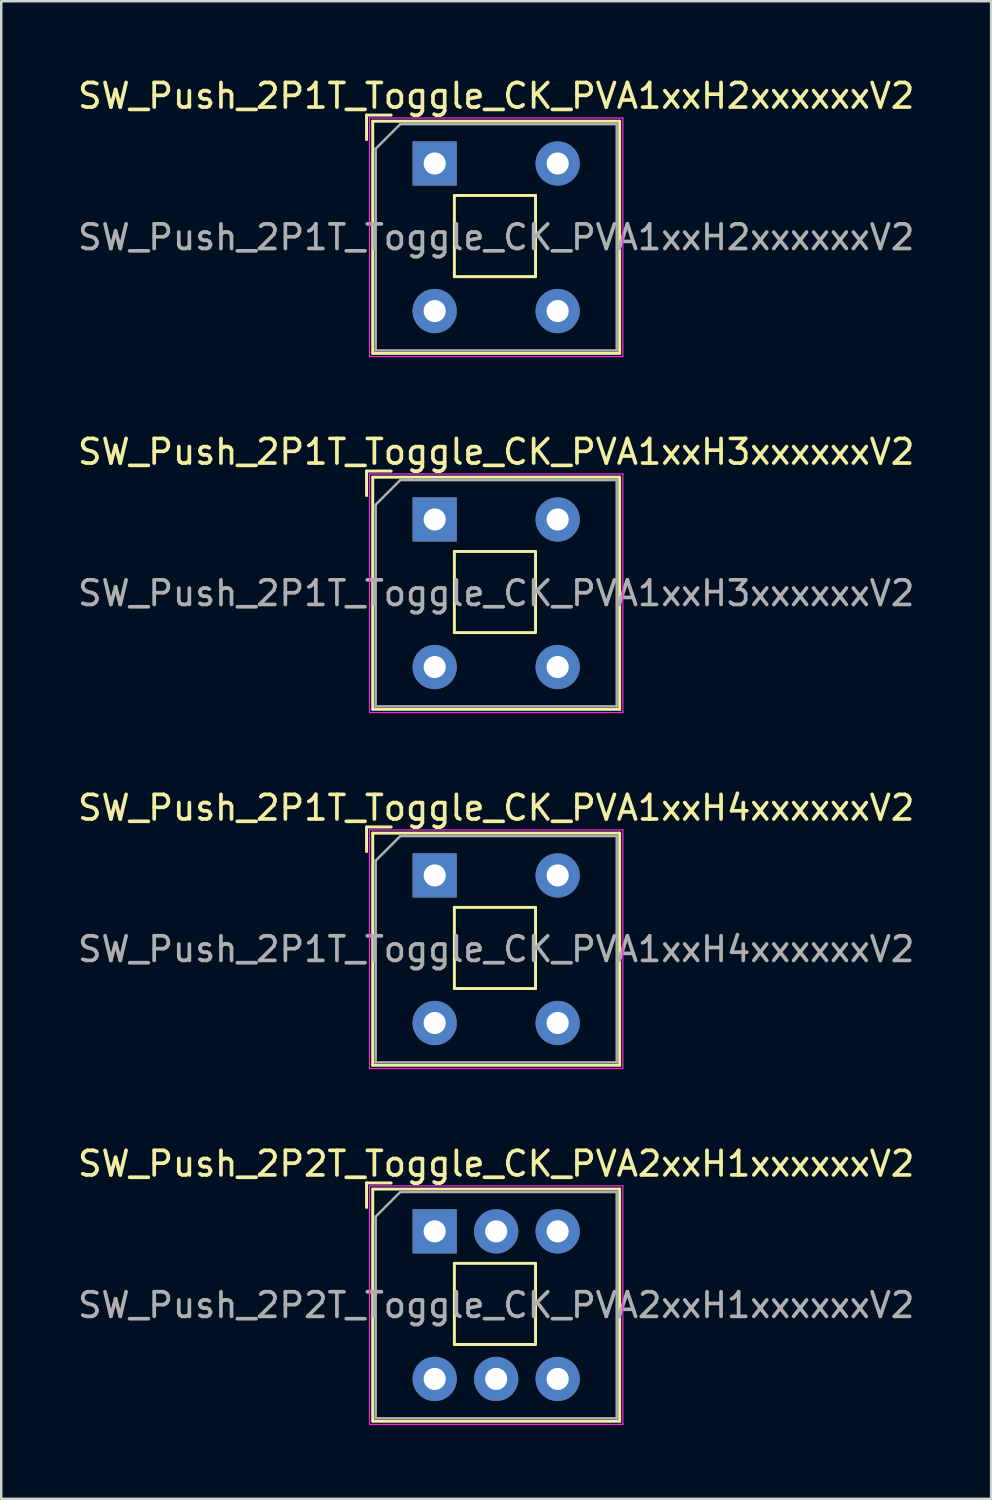
<source format=kicad_pcb>
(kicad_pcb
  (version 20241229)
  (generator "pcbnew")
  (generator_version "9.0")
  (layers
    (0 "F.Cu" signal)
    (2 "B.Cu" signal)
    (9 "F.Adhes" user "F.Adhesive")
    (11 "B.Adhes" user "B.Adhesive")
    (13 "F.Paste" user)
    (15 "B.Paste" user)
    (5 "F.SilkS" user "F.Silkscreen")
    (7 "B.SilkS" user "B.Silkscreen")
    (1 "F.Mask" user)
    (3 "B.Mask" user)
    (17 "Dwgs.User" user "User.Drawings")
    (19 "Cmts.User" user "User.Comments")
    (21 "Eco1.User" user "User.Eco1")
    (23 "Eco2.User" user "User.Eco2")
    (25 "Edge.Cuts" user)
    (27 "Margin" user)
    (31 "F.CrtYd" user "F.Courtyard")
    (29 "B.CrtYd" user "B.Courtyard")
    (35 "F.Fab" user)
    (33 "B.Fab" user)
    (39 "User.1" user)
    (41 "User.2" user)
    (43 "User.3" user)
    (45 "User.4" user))
  (footprint "SW_Push_2P1T_Toggle_CK_PVA1xxH2xxxxxxV2"
    (layer "F.Cu")
    (at 14.625 3.598)
    (property "Reference" "SW_Push_2P1T_Toggle_CK_PVA1xxH2xxxxxxV2" (at 2.5 -2.75 0) (layer "F.SilkS") (effects (font (size 1 1) (thickness 0.15))))
    (attr through_hole)
    (fp_line (start -2.77 -0.97) (end -2.77 -1.97) (stroke (width 0.12) (type solid)) (layer "F.SilkS"))
    (fp_line (start -2.52 7.72) (end -2.52 -1.72) (stroke (width 0.12) (type solid)) (layer "F.SilkS"))
    (fp_line (start -1.77 -1.97) (end -2.77 -1.97) (stroke (width 0.12) (type solid)) (layer "F.SilkS"))
    (fp_line (start 0.8 1.3) (end 0.8 4.6) (stroke (width 0.12) (type solid)) (layer "F.SilkS"))
    (fp_line (start 4.1 1.3) (end 0.8 1.3) (stroke (width 0.12) (type solid)) (layer "F.SilkS"))
    (fp_line (start 4.1 1.3) (end 4.1 4.6) (stroke (width 0.12) (type solid)) (layer "F.SilkS"))
    (fp_line (start 4.1 4.6) (end 0.8 4.6) (stroke (width 0.12) (type solid)) (layer "F.SilkS"))
    (fp_line (start 7.52 -1.72) (end -2.52 -1.72) (stroke (width 0.12) (type solid)) (layer "F.SilkS"))
    (fp_line (start 7.52 7.72) (end -2.52 7.72) (stroke (width 0.12) (type solid)) (layer "F.SilkS"))
    (fp_line (start 7.52 7.72) (end 7.52 -1.72) (stroke (width 0.12) (type solid)) (layer "F.SilkS"))
    (fp_line (start -2.65 -1.85) (end 7.65 -1.85) (stroke (width 0.05) (type solid)) (layer "F.CrtYd"))
    (fp_line (start -2.65 7.85) (end -2.65 -1.85) (stroke (width 0.05) (type solid)) (layer "F.CrtYd"))
    (fp_line (start -2.65 7.85) (end 7.65 7.85) (stroke (width 0.05) (type solid)) (layer "F.CrtYd"))
    (fp_line (start 7.65 -1.85) (end 7.65 7.85) (stroke (width 0.05) (type solid)) (layer "F.CrtYd"))
    (fp_line (start -2.4 -0.6) (end -1.4 -1.6) (stroke (width 0.1) (type solid)) (layer "F.Fab"))
    (fp_line (start -2.4 7.6) (end -2.4 -0.6) (stroke (width 0.1) (type solid)) (layer "F.Fab"))
    (fp_line (start -1.4 -1.6) (end 7.4 -1.6) (stroke (width 0.1) (type solid)) (layer "F.Fab"))
    (fp_line (start 7.4 -1.6) (end 7.4 7.6) (stroke (width 0.1) (type solid)) (layer "F.Fab"))
    (fp_line (start 7.4 7.6) (end -2.4 7.6) (stroke (width 0.1) (type solid)) (layer "F.Fab"))
    (fp_text user "${REFERENCE}" (at 2.5 3 0) (layer "F.Fab") (effects (font (size 1 1) (thickness 0.15))))
    (pad "1" thru_hole rect (at 0 0) (size 1.8 1.8) (drill 0.9) (layers "*.Cu" "*.Mask"))
    (pad "2" thru_hole circle (at 5 0) (size 1.8 1.8) (drill 0.9) (layers "*.Cu" "*.Mask"))
    (pad "3" thru_hole circle (at 0 6) (size 1.8 1.8) (drill 0.9) (layers "*.Cu" "*.Mask"))
    (pad "4" thru_hole circle (at 5 6) (size 1.8 1.8) (drill 0.9) (layers "*.Cu" "*.Mask")))
  (footprint "SW_Push_2P1T_Toggle_CK_PVA1xxH3xxxxxxV2"
    (layer "F.Cu")
    (at 14.625 18.072)
    (property "Reference" "SW_Push_2P1T_Toggle_CK_PVA1xxH3xxxxxxV2" (at 2.5 -2.75 0) (layer "F.SilkS") (effects (font (size 1 1) (thickness 0.15))))
    (attr through_hole)
    (fp_line (start -2.77 -0.97) (end -2.77 -1.97) (stroke (width 0.12) (type solid)) (layer "F.SilkS"))
    (fp_line (start -2.52 7.72) (end -2.52 -1.72) (stroke (width 0.12) (type solid)) (layer "F.SilkS"))
    (fp_line (start -1.77 -1.97) (end -2.77 -1.97) (stroke (width 0.12) (type solid)) (layer "F.SilkS"))
    (fp_line (start 0.8 1.3) (end 0.8 4.6) (stroke (width 0.12) (type solid)) (layer "F.SilkS"))
    (fp_line (start 4.1 1.3) (end 0.8 1.3) (stroke (width 0.12) (type solid)) (layer "F.SilkS"))
    (fp_line (start 4.1 1.3) (end 4.1 4.6) (stroke (width 0.12) (type solid)) (layer "F.SilkS"))
    (fp_line (start 4.1 4.6) (end 0.8 4.6) (stroke (width 0.12) (type solid)) (layer "F.SilkS"))
    (fp_line (start 7.52 -1.72) (end -2.52 -1.72) (stroke (width 0.12) (type solid)) (layer "F.SilkS"))
    (fp_line (start 7.52 7.72) (end -2.52 7.72) (stroke (width 0.12) (type solid)) (layer "F.SilkS"))
    (fp_line (start 7.52 7.72) (end 7.52 -1.72) (stroke (width 0.12) (type solid)) (layer "F.SilkS"))
    (fp_line (start -2.65 -1.85) (end 7.65 -1.85) (stroke (width 0.05) (type solid)) (layer "F.CrtYd"))
    (fp_line (start -2.65 7.85) (end -2.65 -1.85) (stroke (width 0.05) (type solid)) (layer "F.CrtYd"))
    (fp_line (start -2.65 7.85) (end 7.65 7.85) (stroke (width 0.05) (type solid)) (layer "F.CrtYd"))
    (fp_line (start 7.65 -1.85) (end 7.65 7.85) (stroke (width 0.05) (type solid)) (layer "F.CrtYd"))
    (fp_line (start -2.4 -0.6) (end -1.4 -1.6) (stroke (width 0.1) (type solid)) (layer "F.Fab"))
    (fp_line (start -2.4 7.6) (end -2.4 -0.6) (stroke (width 0.1) (type solid)) (layer "F.Fab"))
    (fp_line (start -1.4 -1.6) (end 7.4 -1.6) (stroke (width 0.1) (type solid)) (layer "F.Fab"))
    (fp_line (start 7.4 -1.6) (end 7.4 7.6) (stroke (width 0.1) (type solid)) (layer "F.Fab"))
    (fp_line (start 7.4 7.6) (end -2.4 7.6) (stroke (width 0.1) (type solid)) (layer "F.Fab"))
    (fp_text user "${REFERENCE}" (at 2.5 3 0) (layer "F.Fab") (effects (font (size 1 1) (thickness 0.15))))
    (pad "1" thru_hole rect (at 0 0) (size 1.8 1.8) (drill 0.9) (layers "*.Cu" "*.Mask"))
    (pad "2" thru_hole circle (at 5 0) (size 1.8 1.8) (drill 0.9) (layers "*.Cu" "*.Mask"))
    (pad "3" thru_hole circle (at 0 6) (size 1.8 1.8) (drill 0.9) (layers "*.Cu" "*.Mask"))
    (pad "4" thru_hole circle (at 5 6) (size 1.8 1.8) (drill 0.9) (layers "*.Cu" "*.Mask")))
  (footprint "SW_Push_2P2T_Toggle_CK_PVA2xxH1xxxxxxV2"
    (layer "F.Cu")
    (at 14.625 47.018)
    (property "Reference" "SW_Push_2P2T_Toggle_CK_PVA2xxH1xxxxxxV2" (at 2.5 -2.75 0) (layer "F.SilkS") (effects (font (size 1 1) (thickness 0.15))))
    (attr through_hole)
    (fp_line (start -2.77 -0.97) (end -2.77 -1.97) (stroke (width 0.12) (type solid)) (layer "F.SilkS"))
    (fp_line (start -2.52 7.72) (end -2.52 -1.72) (stroke (width 0.12) (type solid)) (layer "F.SilkS"))
    (fp_line (start -1.77 -1.97) (end -2.77 -1.97) (stroke (width 0.12) (type solid)) (layer "F.SilkS"))
    (fp_line (start 0.8 1.3) (end 0.8 4.6) (stroke (width 0.12) (type solid)) (layer "F.SilkS"))
    (fp_line (start 4.1 1.3) (end 0.8 1.3) (stroke (width 0.12) (type solid)) (layer "F.SilkS"))
    (fp_line (start 4.1 1.3) (end 4.1 4.6) (stroke (width 0.12) (type solid)) (layer "F.SilkS"))
    (fp_line (start 4.1 4.6) (end 0.8 4.6) (stroke (width 0.12) (type solid)) (layer "F.SilkS"))
    (fp_line (start 7.52 -1.72) (end -2.52 -1.72) (stroke (width 0.12) (type solid)) (layer "F.SilkS"))
    (fp_line (start 7.52 7.72) (end -2.52 7.72) (stroke (width 0.12) (type solid)) (layer "F.SilkS"))
    (fp_line (start 7.52 7.72) (end 7.52 -1.72) (stroke (width 0.12) (type solid)) (layer "F.SilkS"))
    (fp_line (start -2.65 -1.85) (end 7.65 -1.85) (stroke (width 0.05) (type solid)) (layer "F.CrtYd"))
    (fp_line (start -2.65 7.85) (end -2.65 -1.85) (stroke (width 0.05) (type solid)) (layer "F.CrtYd"))
    (fp_line (start -2.65 7.85) (end 7.65 7.85) (stroke (width 0.05) (type solid)) (layer "F.CrtYd"))
    (fp_line (start 7.65 -1.85) (end 7.65 7.85) (stroke (width 0.05) (type solid)) (layer "F.CrtYd"))
    (fp_line (start -2.4 -0.6) (end -1.4 -1.6) (stroke (width 0.1) (type solid)) (layer "F.Fab"))
    (fp_line (start -2.4 7.6) (end -2.4 -0.6) (stroke (width 0.1) (type solid)) (layer "F.Fab"))
    (fp_line (start -1.4 -1.6) (end 7.4 -1.6) (stroke (width 0.1) (type solid)) (layer "F.Fab"))
    (fp_line (start 7.4 -1.6) (end 7.4 7.6) (stroke (width 0.1) (type solid)) (layer "F.Fab"))
    (fp_line (start 7.4 7.6) (end -2.4 7.6) (stroke (width 0.1) (type solid)) (layer "F.Fab"))
    (fp_text user "${REFERENCE}" (at 2.5 3 0) (layer "F.Fab") (effects (font (size 1 1) (thickness 0.15))))
    (pad "1" thru_hole rect (at 0 0) (size 1.8 1.8) (drill 0.9) (layers "*.Cu" "*.Mask"))
    (pad "2" thru_hole circle (at 2.5 0) (size 1.8 1.8) (drill 0.9) (layers "*.Cu" "*.Mask"))
    (pad "3" thru_hole circle (at 5 0) (size 1.8 1.8) (drill 0.9) (layers "*.Cu" "*.Mask"))
    (pad "4" thru_hole circle (at 0 6) (size 1.8 1.8) (drill 0.9) (layers "*.Cu" "*.Mask"))
    (pad "5" thru_hole circle (at 2.5 6) (size 1.8 1.8) (drill 0.9) (layers "*.Cu" "*.Mask"))
    (pad "6" thru_hole circle (at 5 6) (size 1.8 1.8) (drill 0.9) (layers "*.Cu" "*.Mask")))
  (footprint "SW_Push_2P1T_Toggle_CK_PVA1xxH4xxxxxxV2"
    (layer "F.Cu")
    (at 14.625 32.545)
    (property "Reference" "SW_Push_2P1T_Toggle_CK_PVA1xxH4xxxxxxV2" (at 2.5 -2.75 0) (layer "F.SilkS") (effects (font (size 1 1) (thickness 0.15))))
    (attr through_hole)
    (fp_line (start -2.77 -0.97) (end -2.77 -1.97) (stroke (width 0.12) (type solid)) (layer "F.SilkS"))
    (fp_line (start -2.52 7.72) (end -2.52 -1.72) (stroke (width 0.12) (type solid)) (layer "F.SilkS"))
    (fp_line (start -1.77 -1.97) (end -2.77 -1.97) (stroke (width 0.12) (type solid)) (layer "F.SilkS"))
    (fp_line (start 0.8 1.3) (end 0.8 4.6) (stroke (width 0.12) (type solid)) (layer "F.SilkS"))
    (fp_line (start 4.1 1.3) (end 0.8 1.3) (stroke (width 0.12) (type solid)) (layer "F.SilkS"))
    (fp_line (start 4.1 1.3) (end 4.1 4.6) (stroke (width 0.12) (type solid)) (layer "F.SilkS"))
    (fp_line (start 4.1 4.6) (end 0.8 4.6) (stroke (width 0.12) (type solid)) (layer "F.SilkS"))
    (fp_line (start 7.52 -1.72) (end -2.52 -1.72) (stroke (width 0.12) (type solid)) (layer "F.SilkS"))
    (fp_line (start 7.52 7.72) (end -2.52 7.72) (stroke (width 0.12) (type solid)) (layer "F.SilkS"))
    (fp_line (start 7.52 7.72) (end 7.52 -1.72) (stroke (width 0.12) (type solid)) (layer "F.SilkS"))
    (fp_line (start -2.65 -1.85) (end 7.65 -1.85) (stroke (width 0.05) (type solid)) (layer "F.CrtYd"))
    (fp_line (start -2.65 7.85) (end -2.65 -1.85) (stroke (width 0.05) (type solid)) (layer "F.CrtYd"))
    (fp_line (start -2.65 7.85) (end 7.65 7.85) (stroke (width 0.05) (type solid)) (layer "F.CrtYd"))
    (fp_line (start 7.65 -1.85) (end 7.65 7.85) (stroke (width 0.05) (type solid)) (layer "F.CrtYd"))
    (fp_line (start -2.4 -0.6) (end -1.4 -1.6) (stroke (width 0.1) (type solid)) (layer "F.Fab"))
    (fp_line (start -2.4 7.6) (end -2.4 -0.6) (stroke (width 0.1) (type solid)) (layer "F.Fab"))
    (fp_line (start -1.4 -1.6) (end 7.4 -1.6) (stroke (width 0.1) (type solid)) (layer "F.Fab"))
    (fp_line (start 7.4 -1.6) (end 7.4 7.6) (stroke (width 0.1) (type solid)) (layer "F.Fab"))
    (fp_line (start 7.4 7.6) (end -2.4 7.6) (stroke (width 0.1) (type solid)) (layer "F.Fab"))
    (fp_text user "${REFERENCE}" (at 2.5 3 0) (layer "F.Fab") (effects (font (size 1 1) (thickness 0.15))))
    (pad "1" thru_hole rect (at 0 0) (size 1.8 1.8) (drill 0.9) (layers "*.Cu" "*.Mask"))
    (pad "2" thru_hole circle (at 5 0) (size 1.8 1.8) (drill 0.9) (layers "*.Cu" "*.Mask"))
    (pad "3" thru_hole circle (at 0 6) (size 1.8 1.8) (drill 0.9) (layers "*.Cu" "*.Mask"))
    (pad "4" thru_hole circle (at 5 6) (size 1.8 1.8) (drill 0.9) (layers "*.Cu" "*.Mask")))
  (gr_rect
    (start -3 -3)
    (end 37.25 57.893)
    (stroke (width 0.1) (type default))
    (fill no)
    (layer "Edge.Cuts")))
</source>
